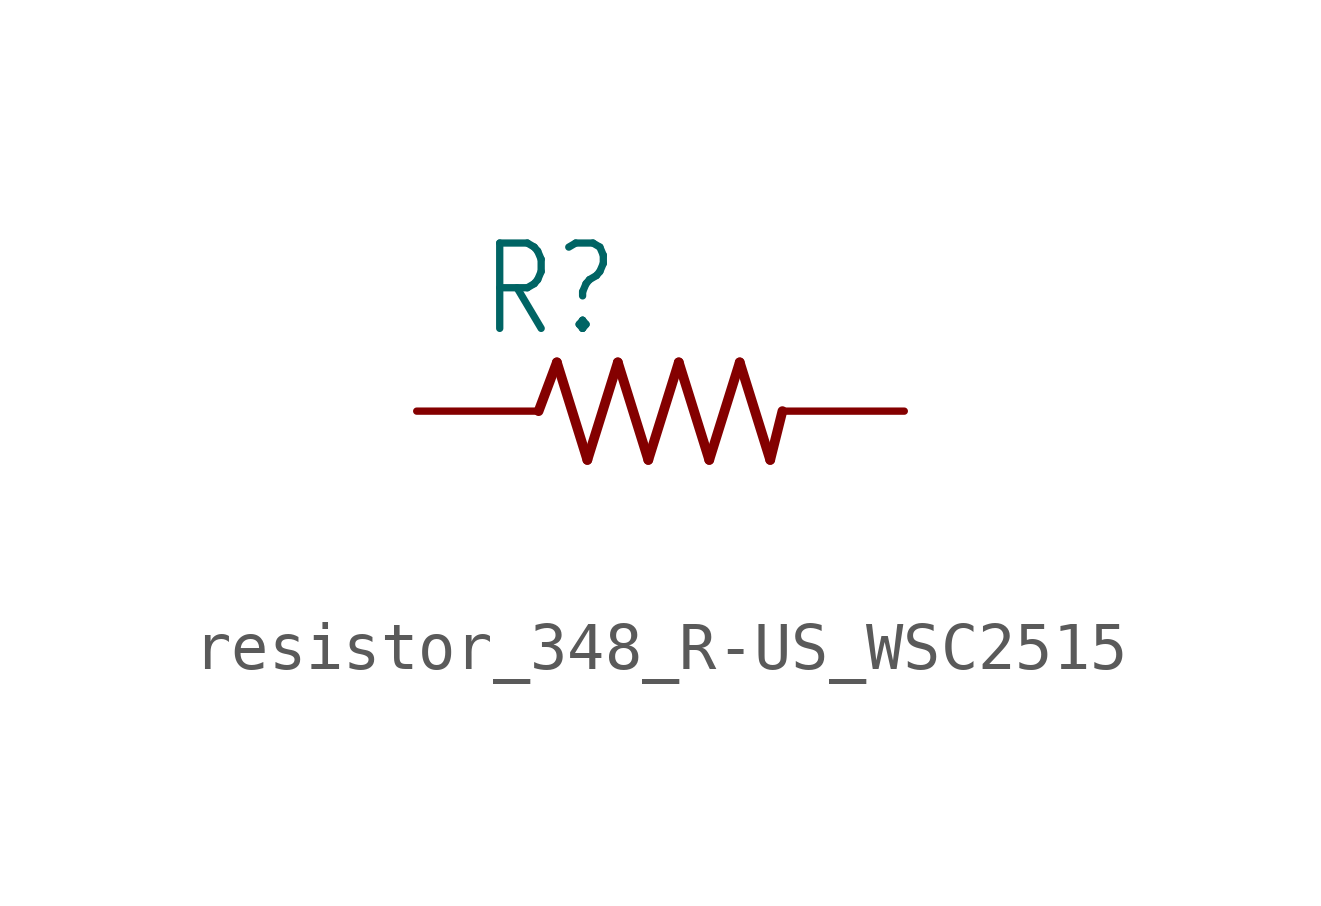
<source format=kicad_sym>
(kicad_symbol_lib
  (version 20241209)
  (generator "kicad_symbol_editor")
  (generator_version "9.0")
  (symbol "resistor_348_R-US_WSC2515"
    (property "Reference" "R"
      (at -3.81 1.499 0)
      (effects (font (size 1.778 1.511)) (justify left bottom)))
    (property "Value" ""
      (at -3.81 -3.302 0)
      (effects (font (size 1.778 1.511)) (justify left bottom)))
    (property "ki_locked" ""
      (at 0 0 0)
      (effects (font (size 1.27 1.27))))
    (symbol "resistor_348_R-US_WSC2515_1_0"
      (polyline (pts (xy -2.54 0) (xy -2.159 1.016)) (stroke (width 0.203) (type solid)) (fill (type none)))
      (polyline (pts (xy -2.159 1.016) (xy -1.524 -1.016)) (stroke (width 0.203) (type solid)) (fill (type none)))
      (polyline (pts (xy -1.524 -1.016) (xy -0.889 1.016)) (stroke (width 0.203) (type solid)) (fill (type none)))
      (polyline (pts (xy -0.889 1.016) (xy -0.254 -1.016)) (stroke (width 0.203) (type solid)) (fill (type none)))
      (polyline (pts (xy -0.254 -1.016) (xy 0.381 1.016)) (stroke (width 0.203) (type solid)) (fill (type none)))
      (polyline (pts (xy 0.381 1.016) (xy 1.016 -1.016)) (stroke (width 0.203) (type solid)) (fill (type none)))
      (polyline (pts (xy 1.016 -1.016) (xy 1.651 1.016)) (stroke (width 0.203) (type solid)) (fill (type none)))
      (polyline (pts (xy 1.651 1.016) (xy 2.286 -1.016)) (stroke (width 0.203) (type solid)) (fill (type none)))
      (polyline (pts (xy 2.286 -1.016) (xy 2.54 0)) (stroke (width 0.203) (type solid)) (fill (type none)))
      (pin passive line (at -5.08 0 0) (length 2.54) (name "1" (effects (font (size 0 0)))) (number "1" (effects (font (size 0 0)))))
      (pin passive line (at 5.08 0 180) (length 2.54) (name "2" (effects (font (size 0 0)))) (number "2" (effects (font (size 0 0))))))))
</source>
